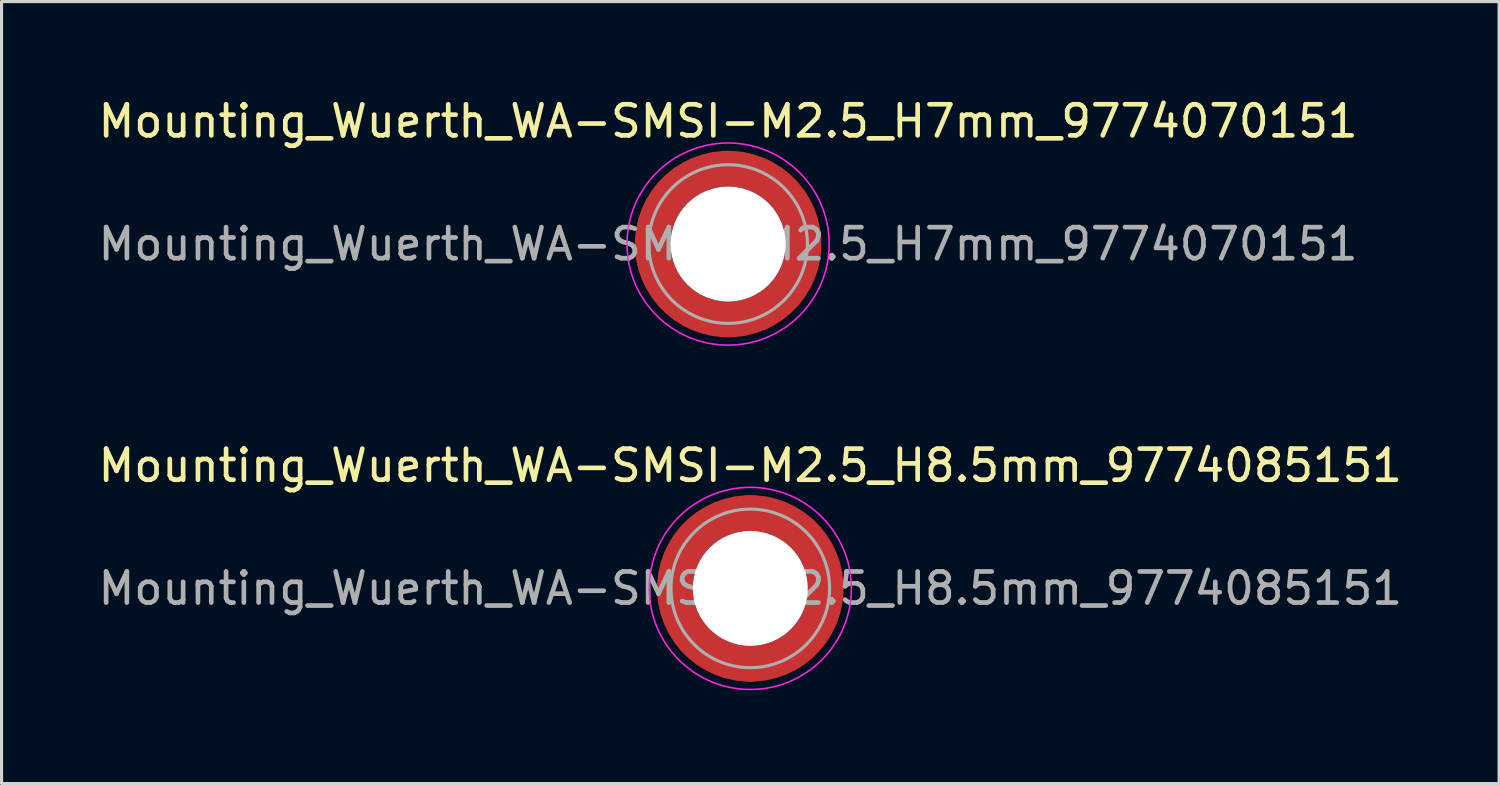
<source format=kicad_pcb>
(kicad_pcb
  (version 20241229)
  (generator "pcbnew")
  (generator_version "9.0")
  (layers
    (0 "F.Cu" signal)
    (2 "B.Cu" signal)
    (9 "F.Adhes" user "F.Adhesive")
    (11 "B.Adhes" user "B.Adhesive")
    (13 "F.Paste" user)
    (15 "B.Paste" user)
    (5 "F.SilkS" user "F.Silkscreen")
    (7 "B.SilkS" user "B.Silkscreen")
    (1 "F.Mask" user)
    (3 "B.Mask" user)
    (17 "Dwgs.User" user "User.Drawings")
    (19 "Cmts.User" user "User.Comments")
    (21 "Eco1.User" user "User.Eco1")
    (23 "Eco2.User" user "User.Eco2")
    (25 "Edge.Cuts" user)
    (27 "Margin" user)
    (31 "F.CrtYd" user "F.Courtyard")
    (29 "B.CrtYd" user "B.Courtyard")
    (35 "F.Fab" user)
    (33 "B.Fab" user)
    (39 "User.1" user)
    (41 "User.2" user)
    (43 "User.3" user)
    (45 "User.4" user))
  (footprint "Mounting_Wuerth_WA-SMSI-M2.5_H8.5mm_9774085151"
    (layer "F.Cu")
    (at 21.077 15.871)
    (property "Reference" "Mounting_Wuerth_WA-SMSI-M2.5_H8.5mm_9774085151" (at 0 -3.95 0) (layer "F.SilkS") (effects (font (size 1 1) (thickness 0.15))))
    (attr smd)
    (fp_circle (center 0 0) (end 3.25 0) (stroke (width 0.05) (type solid)) (fill no) (layer "F.CrtYd"))
    (fp_circle (center 0 0) (end 2.55 0) (stroke (width 0.1) (type solid)) (fill no) (layer "F.Fab"))
    (fp_text user "${REFERENCE}" (at 0 0 0) (layer "F.Fab") (effects (font (size 1 1) (thickness 0.15))))
    (pad "" smd custom (at -1.704 -1.704) (size 0.51 0.51) (layers "F.Paste") (options (anchor circle)) (primitives (gr_arc (start -0.250195 1.279127) (mid 0.289914 0.289914) (end 1.279127 -0.250195) (width 0.2)) (gr_arc (start -0.34334 1.279127) (mid 0.225488 0.225488) (end 1.279127 -0.34334) (width 0.2)) (gr_arc (start -0.436309 1.279127) (mid 0.161063 0.161063) (end 1.279127 -0.436309) (width 0.2)) (gr_arc (start -0.529126 1.279127) (mid 0.096638 0.096638) (end 1.279127 -0.529126) (width 0.2)) (gr_arc (start -0.621807 1.279127) (mid 0.032213 0.032213) (end 1.279127 -0.621807) (width 0.2)) (gr_arc (start -0.71437 1.279127) (mid -0.032213 -0.032213) (end 1.279127 -0.71437) (width 0.2)) (gr_arc (start -0.806826 1.279127) (mid -0.096638 -0.096638) (end 1.279127 -0.806826) (width 0.2)) (gr_arc (start -0.899187 1.279127) (mid -0.161063 -0.161063) (end 1.279127 -0.899187) (width 0.2)) (gr_arc (start -0.991463 1.279127) (mid -0.225488 -0.225488) (end 1.279127 -0.991463) (width 0.2)) (gr_arc (start -1.083663 1.279127) (mid -0.289914 -0.289914) (end 1.279127 -1.083663) (width 0.2)) (gr_line (start 1.279 -0.25) (end 1.279 -1.084) (width 0.2)) (gr_line (start -0.25 1.279) (end -1.084 1.279) (width 0.2))))
    (pad "" smd custom (at -1.704 1.704) (size 0.51 0.51) (layers "F.Paste") (options (anchor circle)) (primitives (gr_arc (start 1.279127 0.250195) (mid 0.289914 -0.289914) (end -0.250195 -1.279127) (width 0.2)) (gr_arc (start 1.279127 0.34334) (mid 0.225488 -0.225488) (end -0.34334 -1.279127) (width 0.2)) (gr_arc (start 1.279127 0.436309) (mid 0.161063 -0.161063) (end -0.436309 -1.279127) (width 0.2)) (gr_arc (start 1.279127 0.529126) (mid 0.096638 -0.096638) (end -0.529126 -1.279127) (width 0.2)) (gr_arc (start 1.279127 0.621807) (mid 0.032213 -0.032213) (end -0.621807 -1.279127) (width 0.2)) (gr_arc (start 1.279127 0.71437) (mid -0.032213 0.032213) (end -0.71437 -1.279127) (width 0.2)) (gr_arc (start 1.279127 0.806826) (mid -0.096638 0.096638) (end -0.806826 -1.279127) (width 0.2)) (gr_arc (start 1.279127 0.899187) (mid -0.161063 0.161063) (end -0.899187 -1.279127) (width 0.2)) (gr_arc (start 1.279127 0.991463) (mid -0.225488 0.225488) (end -0.991463 -1.279127) (width 0.2)) (gr_arc (start 1.279127 1.083663) (mid -0.289914 0.289914) (end -1.083663 -1.279127) (width 0.2)) (gr_line (start -0.25 -1.279) (end -1.084 -1.279) (width 0.2)) (gr_line (start 1.279 0.25) (end 1.279 1.084) (width 0.2))))
    (pad "" np_thru_hole circle (at 0 0) (size 3.7 3.7) (drill 3.7) (layers "*.Cu" "*.Mask"))
    (pad "" smd custom (at 1.704 -1.704) (size 0.51 0.51) (layers "F.Paste") (options (anchor circle)) (primitives (gr_arc (start -1.279127 -0.250195) (mid -0.289914 0.289914) (end 0.250195 1.279127) (width 0.2)) (gr_arc (start -1.279127 -0.34334) (mid -0.225488 0.225488) (end 0.34334 1.279127) (width 0.2)) (gr_arc (start -1.279127 -0.436309) (mid -0.161063 0.161063) (end 0.436309 1.279127) (width 0.2)) (gr_arc (start -1.279127 -0.529126) (mid -0.096638 0.096638) (end 0.529126 1.279127) (width 0.2)) (gr_arc (start -1.279127 -0.621807) (mid -0.032213 0.032213) (end 0.621807 1.279127) (width 0.2)) (gr_arc (start -1.279127 -0.71437) (mid 0.032213 -0.032213) (end 0.71437 1.279127) (width 0.2)) (gr_arc (start -1.279127 -0.806826) (mid 0.096638 -0.096638) (end 0.806826 1.279127) (width 0.2)) (gr_arc (start -1.279127 -0.899187) (mid 0.161063 -0.161063) (end 0.899187 1.279127) (width 0.2)) (gr_arc (start -1.279127 -0.991463) (mid 0.225488 -0.225488) (end 0.991463 1.279127) (width 0.2)) (gr_arc (start -1.279127 -1.083663) (mid 0.289914 -0.289914) (end 1.083663 1.279127) (width 0.2)) (gr_line (start 0.25 1.279) (end 1.084 1.279) (width 0.2)) (gr_line (start -1.279 -0.25) (end -1.279 -1.084) (width 0.2))))
    (pad "" smd custom (at 1.704 1.704) (size 0.51 0.51) (layers "F.Paste") (options (anchor circle)) (primitives (gr_arc (start 0.250195 -1.279127) (mid -0.289914 -0.289914) (end -1.279127 0.250195) (width 0.2)) (gr_arc (start 0.34334 -1.279127) (mid -0.225488 -0.225488) (end -1.279127 0.34334) (width 0.2)) (gr_arc (start 0.436309 -1.279127) (mid -0.161063 -0.161063) (end -1.279127 0.436309) (width 0.2)) (gr_arc (start 0.529126 -1.279127) (mid -0.096638 -0.096638) (end -1.279127 0.529126) (width 0.2)) (gr_arc (start 0.621807 -1.279127) (mid -0.032213 -0.032213) (end -1.279127 0.621807) (width 0.2)) (gr_arc (start 0.71437 -1.279127) (mid 0.032213 0.032213) (end -1.279127 0.71437) (width 0.2)) (gr_arc (start 0.806826 -1.279127) (mid 0.096638 0.096638) (end -1.279127 0.806826) (width 0.2)) (gr_arc (start 0.899187 -1.279127) (mid 0.161063 0.161063) (end -1.279127 0.899187) (width 0.2)) (gr_arc (start 0.991463 -1.279127) (mid 0.225488 0.225488) (end -1.279127 0.991463) (width 0.2)) (gr_arc (start 1.083663 -1.279127) (mid 0.289914 0.289914) (end -1.279127 1.083663) (width 0.2)) (gr_line (start -1.279 0.25) (end -1.279 1.084) (width 0.2)) (gr_line (start 0.25 -1.279) (end 1.084 -1.279) (width 0.2))))
    (pad "1" smd circle (at -2.425 0) (size 1.15 1.15) (layers "F.Cu"))
    (pad "1" smd circle (at 0 -2.425) (size 1.15 1.15) (layers "F.Cu"))
    (pad "1" smd circle (at 0 2.425) (size 1.15 1.15) (layers "F.Cu"))
    (pad "1" smd custom (at 2.425 0) (size 1.15 1.15) (layers "F.Cu" "F.Mask") (options (anchor circle)) (primitives (gr_circle (center -2.425 0) (end 0 0) (width 1.15) (fill no)))))
  (footprint "Mounting_Wuerth_WA-SMSI-M2.5_H7mm_9774070151"
    (layer "F.Cu")
    (at 20.363 4.798)
    (property "Reference" "Mounting_Wuerth_WA-SMSI-M2.5_H7mm_9774070151" (at 0 -3.95 0) (layer "F.SilkS") (effects (font (size 1 1) (thickness 0.15))))
    (attr smd)
    (fp_circle (center 0 0) (end 3.25 0) (stroke (width 0.05) (type solid)) (fill no) (layer "F.CrtYd"))
    (fp_circle (center 0 0) (end 2.55 0) (stroke (width 0.1) (type solid)) (fill no) (layer "F.Fab"))
    (fp_text user "${REFERENCE}" (at 0 0 0) (layer "F.Fab") (effects (font (size 1 1) (thickness 0.15))))
    (pad "" smd custom (at -1.704 -1.704) (size 0.51 0.51) (layers "F.Paste") (options (anchor circle)) (primitives (gr_arc (start -0.250195 1.279127) (mid 0.289914 0.289914) (end 1.279127 -0.250195) (width 0.2)) (gr_arc (start -0.34334 1.279127) (mid 0.225488 0.225488) (end 1.279127 -0.34334) (width 0.2)) (gr_arc (start -0.436309 1.279127) (mid 0.161063 0.161063) (end 1.279127 -0.436309) (width 0.2)) (gr_arc (start -0.529126 1.279127) (mid 0.096638 0.096638) (end 1.279127 -0.529126) (width 0.2)) (gr_arc (start -0.621807 1.279127) (mid 0.032213 0.032213) (end 1.279127 -0.621807) (width 0.2)) (gr_arc (start -0.71437 1.279127) (mid -0.032213 -0.032213) (end 1.279127 -0.71437) (width 0.2)) (gr_arc (start -0.806826 1.279127) (mid -0.096638 -0.096638) (end 1.279127 -0.806826) (width 0.2)) (gr_arc (start -0.899187 1.279127) (mid -0.161063 -0.161063) (end 1.279127 -0.899187) (width 0.2)) (gr_arc (start -0.991463 1.279127) (mid -0.225488 -0.225488) (end 1.279127 -0.991463) (width 0.2)) (gr_arc (start -1.083663 1.279127) (mid -0.289914 -0.289914) (end 1.279127 -1.083663) (width 0.2)) (gr_line (start 1.279 -0.25) (end 1.279 -1.084) (width 0.2)) (gr_line (start -0.25 1.279) (end -1.084 1.279) (width 0.2))))
    (pad "" smd custom (at -1.704 1.704) (size 0.51 0.51) (layers "F.Paste") (options (anchor circle)) (primitives (gr_arc (start 1.279127 0.250195) (mid 0.289914 -0.289914) (end -0.250195 -1.279127) (width 0.2)) (gr_arc (start 1.279127 0.34334) (mid 0.225488 -0.225488) (end -0.34334 -1.279127) (width 0.2)) (gr_arc (start 1.279127 0.436309) (mid 0.161063 -0.161063) (end -0.436309 -1.279127) (width 0.2)) (gr_arc (start 1.279127 0.529126) (mid 0.096638 -0.096638) (end -0.529126 -1.279127) (width 0.2)) (gr_arc (start 1.279127 0.621807) (mid 0.032213 -0.032213) (end -0.621807 -1.279127) (width 0.2)) (gr_arc (start 1.279127 0.71437) (mid -0.032213 0.032213) (end -0.71437 -1.279127) (width 0.2)) (gr_arc (start 1.279127 0.806826) (mid -0.096638 0.096638) (end -0.806826 -1.279127) (width 0.2)) (gr_arc (start 1.279127 0.899187) (mid -0.161063 0.161063) (end -0.899187 -1.279127) (width 0.2)) (gr_arc (start 1.279127 0.991463) (mid -0.225488 0.225488) (end -0.991463 -1.279127) (width 0.2)) (gr_arc (start 1.279127 1.083663) (mid -0.289914 0.289914) (end -1.083663 -1.279127) (width 0.2)) (gr_line (start -0.25 -1.279) (end -1.084 -1.279) (width 0.2)) (gr_line (start 1.279 0.25) (end 1.279 1.084) (width 0.2))))
    (pad "" np_thru_hole circle (at 0 0) (size 3.7 3.7) (drill 3.7) (layers "*.Cu" "*.Mask"))
    (pad "" smd custom (at 1.704 -1.704) (size 0.51 0.51) (layers "F.Paste") (options (anchor circle)) (primitives (gr_arc (start -1.279127 -0.250195) (mid -0.289914 0.289914) (end 0.250195 1.279127) (width 0.2)) (gr_arc (start -1.279127 -0.34334) (mid -0.225488 0.225488) (end 0.34334 1.279127) (width 0.2)) (gr_arc (start -1.279127 -0.436309) (mid -0.161063 0.161063) (end 0.436309 1.279127) (width 0.2)) (gr_arc (start -1.279127 -0.529126) (mid -0.096638 0.096638) (end 0.529126 1.279127) (width 0.2)) (gr_arc (start -1.279127 -0.621807) (mid -0.032213 0.032213) (end 0.621807 1.279127) (width 0.2)) (gr_arc (start -1.279127 -0.71437) (mid 0.032213 -0.032213) (end 0.71437 1.279127) (width 0.2)) (gr_arc (start -1.279127 -0.806826) (mid 0.096638 -0.096638) (end 0.806826 1.279127) (width 0.2)) (gr_arc (start -1.279127 -0.899187) (mid 0.161063 -0.161063) (end 0.899187 1.279127) (width 0.2)) (gr_arc (start -1.279127 -0.991463) (mid 0.225488 -0.225488) (end 0.991463 1.279127) (width 0.2)) (gr_arc (start -1.279127 -1.083663) (mid 0.289914 -0.289914) (end 1.083663 1.279127) (width 0.2)) (gr_line (start 0.25 1.279) (end 1.084 1.279) (width 0.2)) (gr_line (start -1.279 -0.25) (end -1.279 -1.084) (width 0.2))))
    (pad "" smd custom (at 1.704 1.704) (size 0.51 0.51) (layers "F.Paste") (options (anchor circle)) (primitives (gr_arc (start 0.250195 -1.279127) (mid -0.289914 -0.289914) (end -1.279127 0.250195) (width 0.2)) (gr_arc (start 0.34334 -1.279127) (mid -0.225488 -0.225488) (end -1.279127 0.34334) (width 0.2)) (gr_arc (start 0.436309 -1.279127) (mid -0.161063 -0.161063) (end -1.279127 0.436309) (width 0.2)) (gr_arc (start 0.529126 -1.279127) (mid -0.096638 -0.096638) (end -1.279127 0.529126) (width 0.2)) (gr_arc (start 0.621807 -1.279127) (mid -0.032213 -0.032213) (end -1.279127 0.621807) (width 0.2)) (gr_arc (start 0.71437 -1.279127) (mid 0.032213 0.032213) (end -1.279127 0.71437) (width 0.2)) (gr_arc (start 0.806826 -1.279127) (mid 0.096638 0.096638) (end -1.279127 0.806826) (width 0.2)) (gr_arc (start 0.899187 -1.279127) (mid 0.161063 0.161063) (end -1.279127 0.899187) (width 0.2)) (gr_arc (start 0.991463 -1.279127) (mid 0.225488 0.225488) (end -1.279127 0.991463) (width 0.2)) (gr_arc (start 1.083663 -1.279127) (mid 0.289914 0.289914) (end -1.279127 1.083663) (width 0.2)) (gr_line (start -1.279 0.25) (end -1.279 1.084) (width 0.2)) (gr_line (start 0.25 -1.279) (end 1.084 -1.279) (width 0.2))))
    (pad "1" smd circle (at -2.425 0) (size 1.15 1.15) (layers "F.Cu"))
    (pad "1" smd circle (at 0 -2.425) (size 1.15 1.15) (layers "F.Cu"))
    (pad "1" smd circle (at 0 2.425) (size 1.15 1.15) (layers "F.Cu"))
    (pad "1" smd custom (at 2.425 0) (size 1.15 1.15) (layers "F.Cu" "F.Mask") (options (anchor circle)) (primitives (gr_circle (center -2.425 0) (end 0 0) (width 1.15) (fill no)))))
  (gr_rect
    (start -3 -3)
    (end 45.155 22.146)
    (stroke (width 0.1) (type default))
    (fill no)
    (layer "Edge.Cuts")))
</source>
